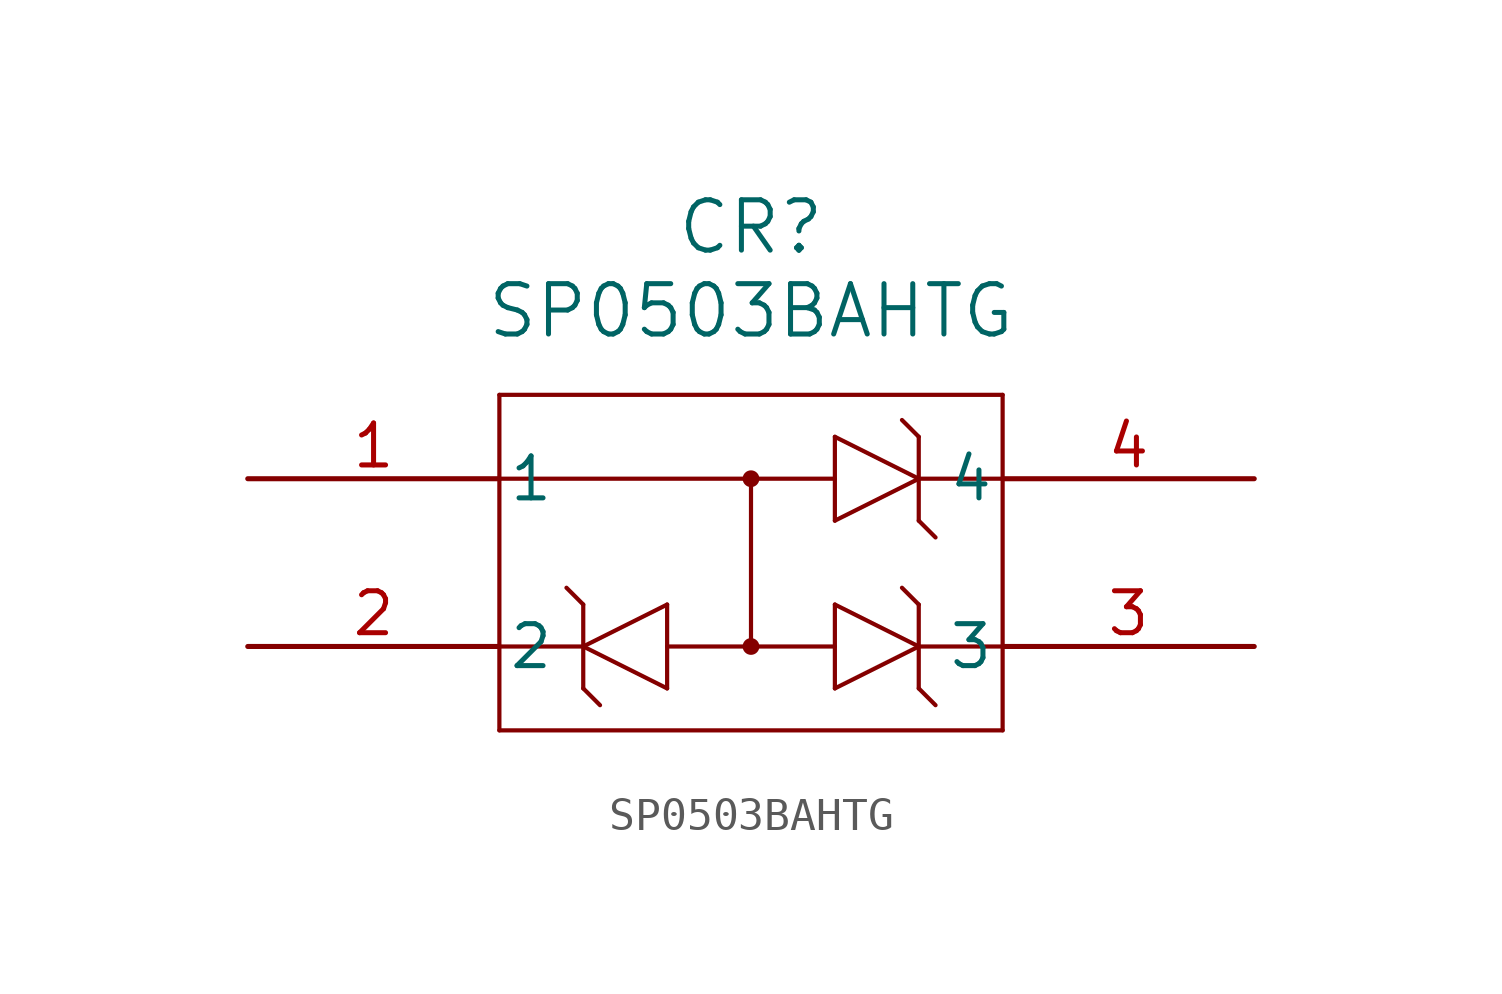
<source format=kicad_sym>
(kicad_symbol_lib
  (version 20211014)
  (generator kicad_symbol_editor)
  (symbol "SP0503BAHTG"
    (pin_names
      (offset 0.254))
    (property "Reference" "CR"
      (at 15.24 7.62 0)
      (effects (font (size 1.524 1.524))))
    (property "Value" "SP0503BAHTG"
      (at 15.24 5.08 0)
      (effects (font (size 1.524 1.524))))
    (symbol "SP0503BAHTG_0_1"
      (polyline (pts (xy 7.62 0) (xy 17.78 0)) (stroke (width 0.127) (type default) (color 0 0 0 0)) (fill (type none)))
      (polyline (pts (xy 7.62 2.54) (xy 7.62 -7.62)) (stroke (width 0.127) (type default) (color 0 0 0 0)) (fill (type none)))
      (polyline (pts (xy 15.24 0) (xy 15.24 -5.08)) (stroke (width 0.127) (type default) (color 0 0 0 0)) (fill (type none)))
      (polyline (pts (xy 22.86 -7.62) (xy 22.86 2.54)) (stroke (width 0.127) (type default) (color 0 0 0 0)) (fill (type none)))
      (polyline (pts (xy 22.86 2.54) (xy 7.62 2.54)) (stroke (width 0.127) (type default) (color 0 0 0 0)) (fill (type none)))
      (polyline (pts (xy 7.62 -7.62) (xy 22.86 -7.62)) (stroke (width 0.127) (type default) (color 0 0 0 0)) (fill (type none)))
      (polyline (pts (xy 12.7 -5.08) (xy 17.78 -5.08)) (stroke (width 0.127) (type default) (color 0 0 0 0)) (fill (type none)))
      (polyline (pts (xy 7.62 -5.08) (xy 10.16 -5.08)) (stroke (width 0.127) (type default) (color 0 0 0 0)) (fill (type none)))
      (polyline (pts (xy 12.7 -3.81) (xy 12.7 -6.35)) (stroke (width 0.127) (type default) (color 0 0 0 0)) (fill (type none)))
      (polyline (pts (xy 12.7 -6.35) (xy 10.16 -5.08)) (stroke (width 0.127) (type default) (color 0 0 0 0)) (fill (type none)))
      (polyline (pts (xy 10.16 -5.08) (xy 12.7 -3.81)) (stroke (width 0.127) (type default) (color 0 0 0 0)) (fill (type none)))
      (polyline (pts (xy 10.16 -3.81) (xy 10.16 -6.35)) (stroke (width 0.127) (type default) (color 0 0 0 0)) (fill (type none)))
      (polyline (pts (xy 10.16 -3.81) (xy 9.652 -3.302)) (stroke (width 0.127) (type default) (color 0 0 0 0)) (fill (type none)))
      (polyline (pts (xy 10.16 -6.35) (xy 10.668 -6.858)) (stroke (width 0.127) (type default) (color 0 0 0 0)) (fill (type none)))
      (polyline (pts (xy 20.32 0) (xy 22.86 0)) (stroke (width 0.127) (type default) (color 0 0 0 0)) (fill (type none)))
      (polyline (pts (xy 22.86 -5.08) (xy 20.32 -5.08)) (stroke (width 0.127) (type default) (color 0 0 0 0)) (fill (type none)))
      (polyline (pts (xy 17.78 -3.81) (xy 17.78 -6.35)) (stroke (width 0.127) (type default) (color 0 0 0 0)) (fill (type none)))
      (polyline (pts (xy 17.78 -6.35) (xy 20.32 -5.08)) (stroke (width 0.127) (type default) (color 0 0 0 0)) (fill (type none)))
      (polyline (pts (xy 20.32 -5.08) (xy 17.78 -3.81)) (stroke (width 0.127) (type default) (color 0 0 0 0)) (fill (type none)))
      (polyline (pts (xy 20.32 -3.81) (xy 20.32 -6.35)) (stroke (width 0.127) (type default) (color 0 0 0 0)) (fill (type none)))
      (polyline (pts (xy 20.32 -3.81) (xy 19.812 -3.302)) (stroke (width 0.127) (type default) (color 0 0 0 0)) (fill (type none)))
      (polyline (pts (xy 20.32 -6.35) (xy 20.828 -6.858)) (stroke (width 0.127) (type default) (color 0 0 0 0)) (fill (type none)))
      (polyline (pts (xy 17.78 1.27) (xy 17.78 -1.27)) (stroke (width 0.127) (type default) (color 0 0 0 0)) (fill (type none)))
      (polyline (pts (xy 17.78 -1.27) (xy 20.32 0)) (stroke (width 0.127) (type default) (color 0 0 0 0)) (fill (type none)))
      (polyline (pts (xy 20.32 0) (xy 17.78 1.27)) (stroke (width 0.127) (type default) (color 0 0 0 0)) (fill (type none)))
      (polyline (pts (xy 20.32 1.27) (xy 20.32 -1.27)) (stroke (width 0.127) (type default) (color 0 0 0 0)) (fill (type none)))
      (polyline (pts (xy 20.32 1.27) (xy 19.812 1.778)) (stroke (width 0.127) (type default) (color 0 0 0 0)) (fill (type none)))
      (polyline (pts (xy 20.32 -1.27) (xy 20.828 -1.778)) (stroke (width 0.127) (type default) (color 0 0 0 0)) (fill (type none)))
      (circle (center 15.24 0) (radius 0.127) (stroke (width 0.254) (type default) (color 0 0 0 0)) (fill (type none)))
      (circle (center 15.24 -5.08) (radius 0.127) (stroke (width 0.254) (type default) (color 0 0 0 0)) (fill (type none)))
      (pin unspecified line (at 0 0 0) (length 7.62) (name "1" (effects (font (size 1.27 1.27)))) (number "1" (effects (font (size 1.27 1.27)))))
      (pin unspecified line (at 0 -5.08 0) (length 7.62) (name "2" (effects (font (size 1.27 1.27)))) (number "2" (effects (font (size 1.27 1.27)))))
      (pin unspecified line (at 30.48 -5.08 180) (length 7.62) (name "3" (effects (font (size 1.27 1.27)))) (number "3" (effects (font (size 1.27 1.27)))))
      (pin unspecified line (at 30.48 0 180) (length 7.62) (name "4" (effects (font (size 1.27 1.27)))) (number "4" (effects (font (size 1.27 1.27))))))))
</source>
